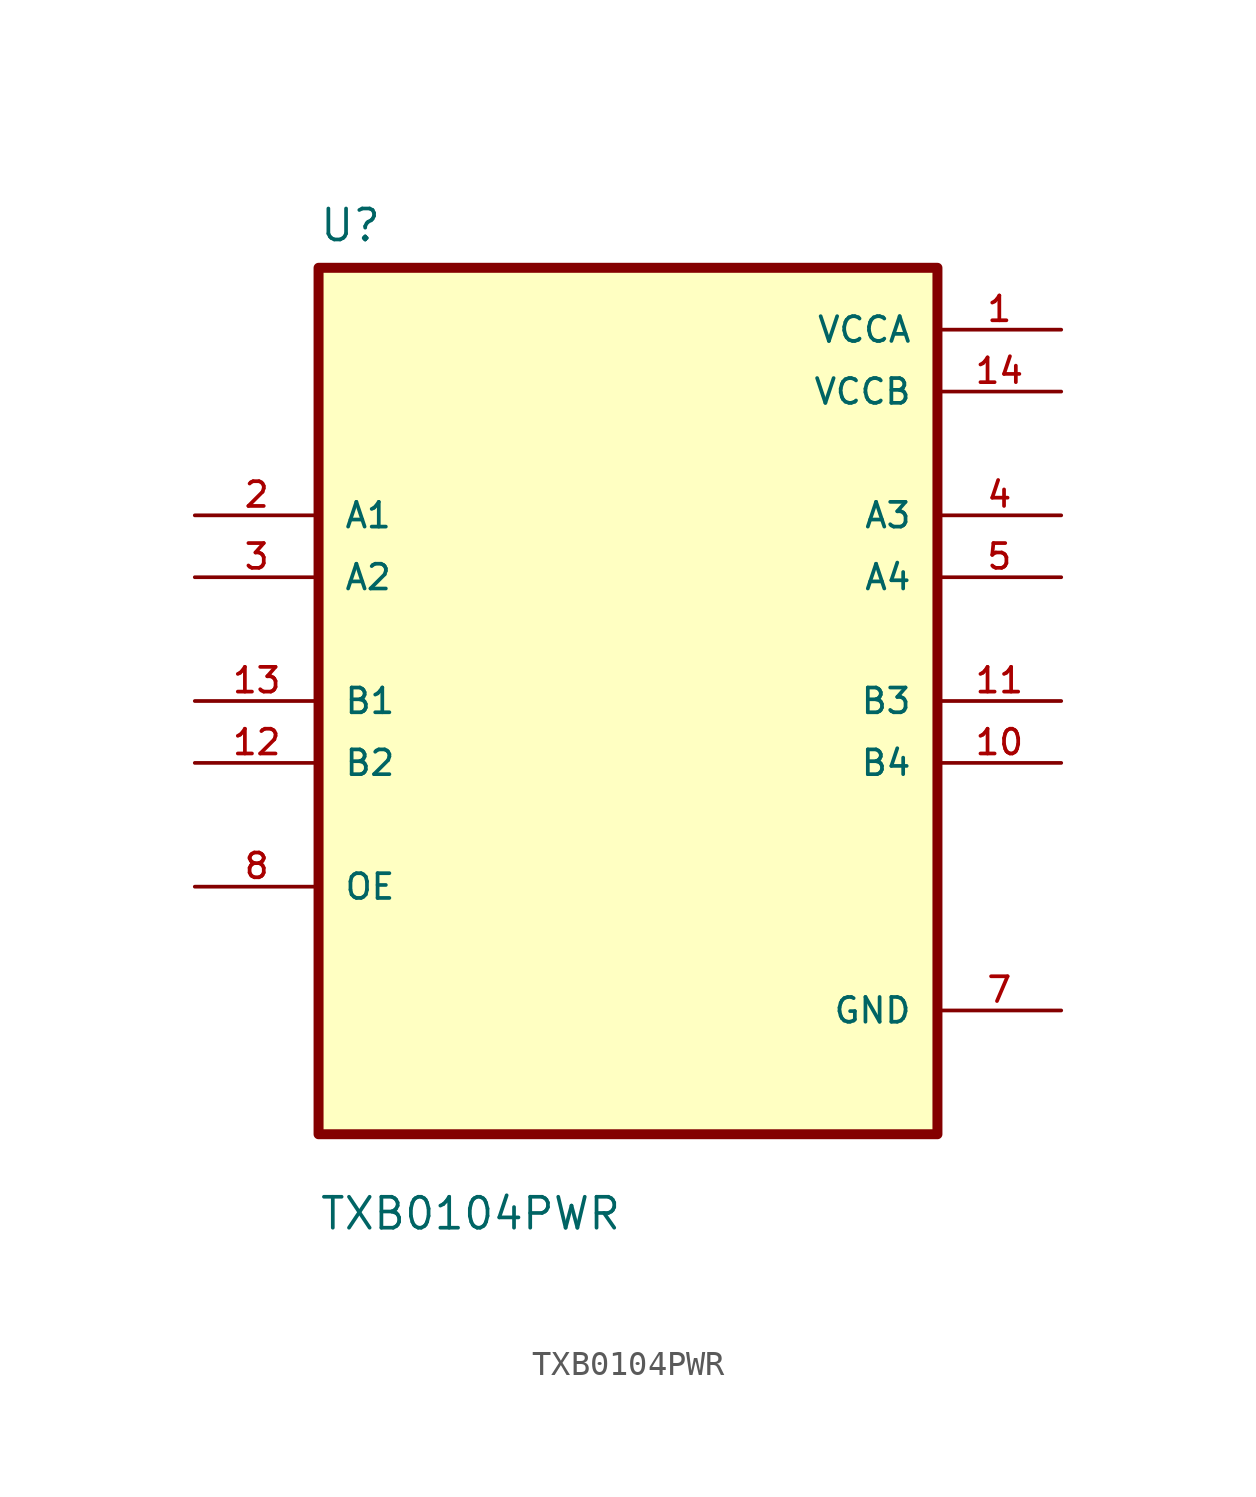
<source format=kicad_sym>
(kicad_symbol_lib
  (version 20211014)
  (generator kicad_symbol_editor)
  (symbol "TXB0104PWR"
    (pin_names
      (offset 1.016))
    (property "Reference" "U"
      (at -12.7 18.78 0.0)
      (effects (font (size 1.27 1.27)) (justify bottom left)))
    (property "Value" "TXB0104PWR"
      (at -12.7 -21.78 0.0)
      (effects (font (size 1.27 1.27)) (justify bottom left)))
    (symbol "TXB0104PWR_0_0"
      (rectangle (start -12.7 -17.78) (end 12.7 17.78) (stroke (width 0.41)) (fill (type background)))
      (pin bidirectional line (at -17.78 7.62 0) (length 5.08) (name "A1" (effects (font (size 1.016 1.016)))) (number "2" (effects (font (size 1.016 1.016)))))
      (pin bidirectional line (at -17.78 5.08 0) (length 5.08) (name "A2" (effects (font (size 1.016 1.016)))) (number "3" (effects (font (size 1.016 1.016)))))
      (pin bidirectional line (at -17.78 8.88178e-16 0) (length 5.08) (name "B1" (effects (font (size 1.016 1.016)))) (number "13" (effects (font (size 1.016 1.016)))))
      (pin bidirectional line (at -17.78 -2.54 0) (length 5.08) (name "B2" (effects (font (size 1.016 1.016)))) (number "12" (effects (font (size 1.016 1.016)))))
      (pin bidirectional line (at -17.78 -7.62 0) (length 5.08) (name "OE" (effects (font (size 1.016 1.016)))) (number "8" (effects (font (size 1.016 1.016)))))
      (pin power_in line (at 17.78 15.24 180.0) (length 5.08) (name "VCCA" (effects (font (size 1.016 1.016)))) (number "1" (effects (font (size 1.016 1.016)))))
      (pin power_in line (at 17.78 12.7 180.0) (length 5.08) (name "VCCB" (effects (font (size 1.016 1.016)))) (number "14" (effects (font (size 1.016 1.016)))))
      (pin bidirectional line (at 17.78 7.62 180.0) (length 5.08) (name "A3" (effects (font (size 1.016 1.016)))) (number "4" (effects (font (size 1.016 1.016)))))
      (pin bidirectional line (at 17.78 5.08 180.0) (length 5.08) (name "A4" (effects (font (size 1.016 1.016)))) (number "5" (effects (font (size 1.016 1.016)))))
      (pin bidirectional line (at 17.78 2.66454e-15 180.0) (length 5.08) (name "B3" (effects (font (size 1.016 1.016)))) (number "11" (effects (font (size 1.016 1.016)))))
      (pin bidirectional line (at 17.78 -2.54 180.0) (length 5.08) (name "B4" (effects (font (size 1.016 1.016)))) (number "10" (effects (font (size 1.016 1.016)))))
      (pin power_in line (at 17.78 -12.7 180.0) (length 5.08) (name "GND" (effects (font (size 1.016 1.016)))) (number "7" (effects (font (size 1.016 1.016))))))))
</source>
